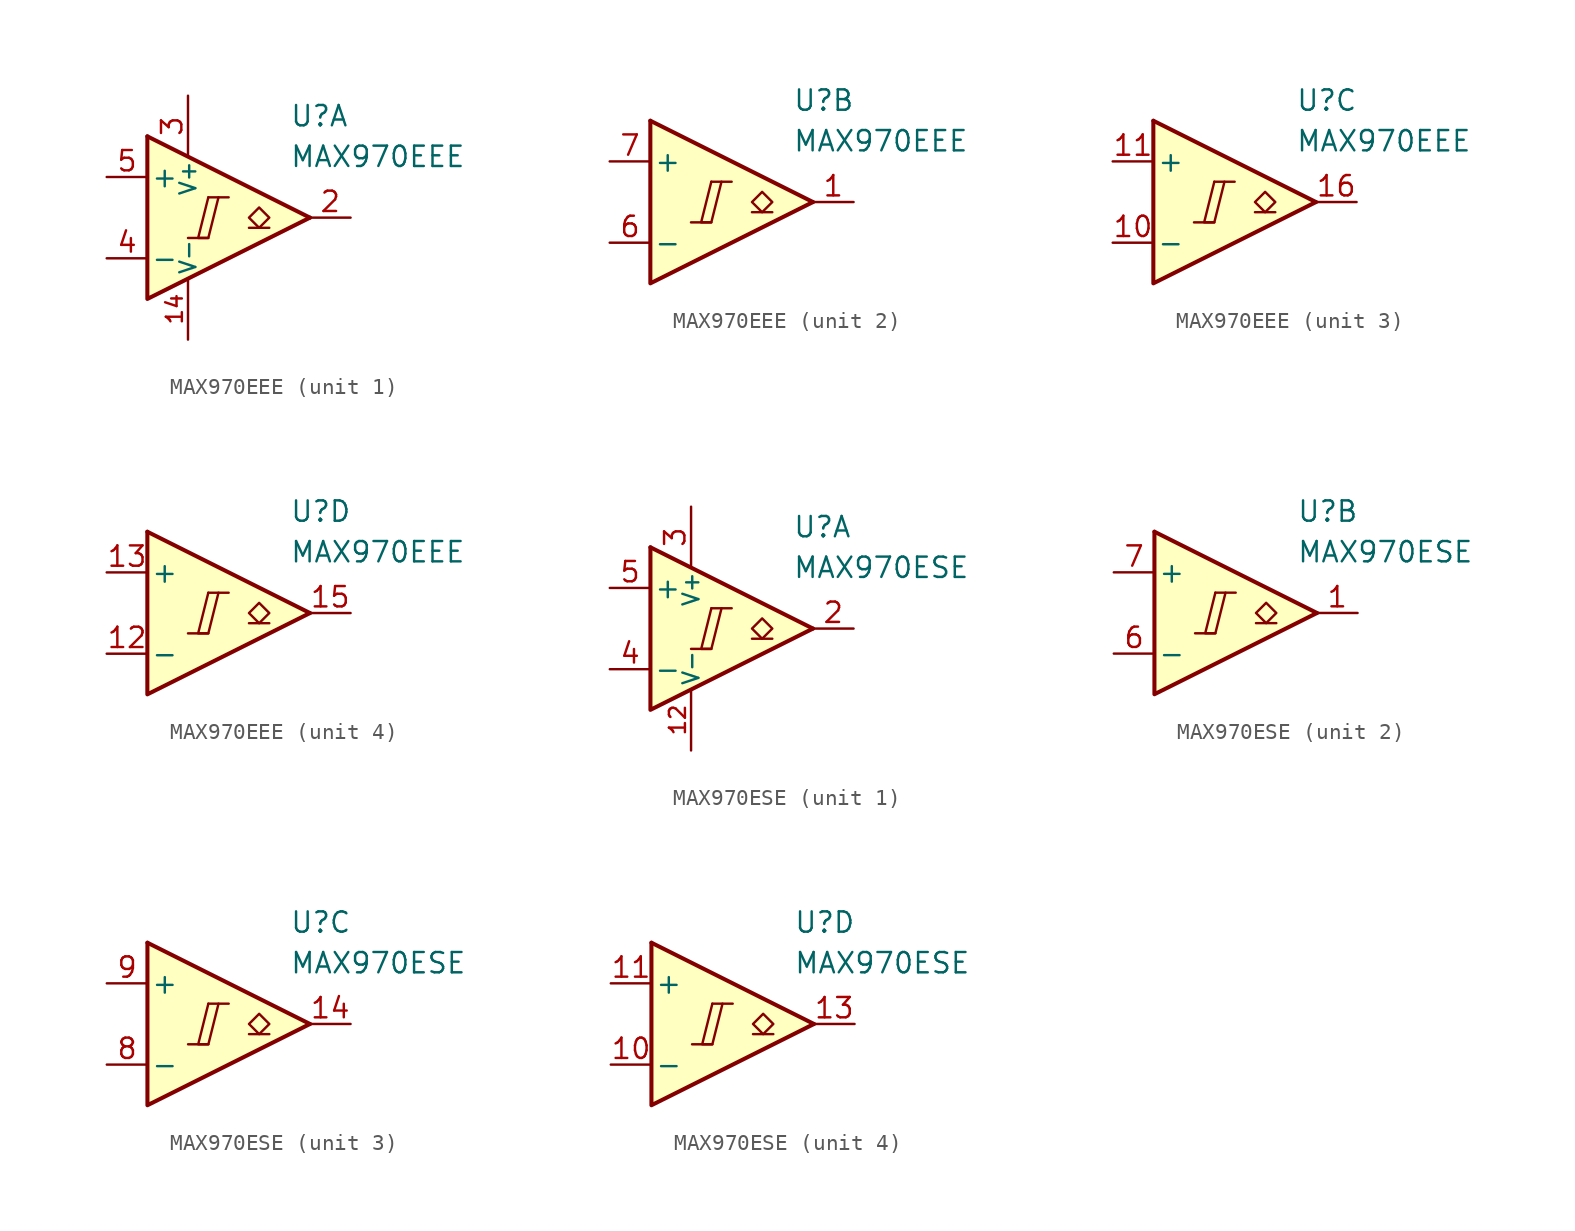
<source format=kicad_sym>
(kicad_symbol_lib
  (version 20231120)
  (generator "kicad_symbol_editor")
  (generator_version "8.0")
  (symbol "MAX970EEE"
    (pin_names
      (offset 0.2))
    (property "Reference" "U"
      (at 5.08 6.35 0)
      (effects (font (size 1.27 1.27)) (justify left)))
    (property "Value" "MAX970EEE"
      (at 5.08 3.81 0)
      (effects (font (size 1.27 1.27)) (justify left)))
    (property "ki_locked" ""
      (at 0 0 0)
      (effects (font (size 1.27 1.27))))
    (symbol "MAX970EEE_1_0"
      (polyline (pts (xy -1.27 -1.27) (xy 0 -1.27)) (stroke (width 0.152) (type default)) (fill (type none)))
      (polyline (pts (xy 0 1.27) (xy 1.27 1.27)) (stroke (width 0.152) (type default)) (fill (type none)))
      (polyline (pts (xy 0 1.27) (xy -0.635 -1.27) (xy 0 -1.27) (xy 0.635 1.27)) (stroke (width 0.152) (type default)) (fill (type none))))
    (symbol "MAX970EEE_1_1"
      (polyline (pts (xy -3.81 5.08) (xy 6.35 0)) (stroke (width 0.254) (type default)) (fill (type none)))
      (polyline (pts (xy 3.81 -0.635) (xy 2.54 -0.635)) (stroke (width 0.152) (type default)) (fill (type none)))
      (polyline (pts (xy -3.81 5.08) (xy -3.81 -5.08) (xy 6.35 0)) (stroke (width 0.254) (type default)) (fill (type background)))
      (polyline (pts (xy 3.175 -0.635) (xy 2.54 0) (xy 3.175 0.635) (xy 3.81 0) (xy 3.175 -0.635)) (stroke (width 0.152) (type default)) (fill (type none)))
      (pin power_in line (at -1.27 -7.62 90) (length 3.81) (name "V-" (effects (font (size 1 1)))) (number "14" (effects (font (size 1 1)))))
      (pin output line (at 8.89 0 180) (length 2.54) (name "~" (effects (font (size 1.27 1.27)))) (number "2" (effects (font (size 1.27 1.27)))))
      (pin power_in line (at -1.27 7.62 270) (length 3.81) (name "V+" (effects (font (size 1 1)))) (number "3" (effects (font (size 1.27 1.27)))))
      (pin input line (at -6.35 -2.54 0) (length 2.54) (name "-" (effects (font (size 1.27 1.27)))) (number "4" (effects (font (size 1.27 1.27)))))
      (pin input line (at -6.35 2.54 0) (length 2.54) (name "+" (effects (font (size 1.27 1.27)))) (number "5" (effects (font (size 1.27 1.27)))))
      (pin free line (at -2.54 1.27 0) (length 2.54) hide (name "NC" (effects (font (size 1.27 1.27)))) (number "8" (effects (font (size 1.27 1.27)))))
      (pin free line (at -2.54 -1.27 0) (length 2.54) hide (name "NC" (effects (font (size 1.27 1.27)))) (number "9" (effects (font (size 1.27 1.27))))))
    (symbol "MAX970EEE_2_0"
      (polyline (pts (xy -1.27 -1.27) (xy 0 -1.27)) (stroke (width 0.152) (type default)) (fill (type none)))
      (polyline (pts (xy 0 1.27) (xy 1.27 1.27)) (stroke (width 0.152) (type default)) (fill (type none)))
      (polyline (pts (xy 0 1.27) (xy -0.635 -1.27) (xy 0 -1.27) (xy 0.635 1.27)) (stroke (width 0.152) (type default)) (fill (type none))))
    (symbol "MAX970EEE_2_1"
      (polyline (pts (xy -3.81 5.08) (xy 6.35 0)) (stroke (width 0.254) (type default)) (fill (type none)))
      (polyline (pts (xy 3.81 -0.635) (xy 2.54 -0.635)) (stroke (width 0.152) (type default)) (fill (type none)))
      (polyline (pts (xy -3.81 5.08) (xy -3.81 -5.08) (xy 6.35 0)) (stroke (width 0.254) (type default)) (fill (type background)))
      (polyline (pts (xy 3.175 -0.635) (xy 2.54 0) (xy 3.175 0.635) (xy 3.81 0) (xy 3.175 -0.635)) (stroke (width 0.152) (type default)) (fill (type none)))
      (pin output line (at 8.89 0 180) (length 2.54) (name "~" (effects (font (size 1.27 1.27)))) (number "1" (effects (font (size 1.27 1.27)))))
      (pin input line (at -6.35 -2.54 0) (length 2.54) (name "-" (effects (font (size 1.27 1.27)))) (number "6" (effects (font (size 1.27 1.27)))))
      (pin input line (at -6.35 2.54 0) (length 2.54) (name "+" (effects (font (size 1.27 1.27)))) (number "7" (effects (font (size 1.27 1.27))))))
    (symbol "MAX970EEE_3_0"
      (polyline (pts (xy -1.27 -1.27) (xy 0 -1.27)) (stroke (width 0.152) (type default)) (fill (type none)))
      (polyline (pts (xy 0 1.27) (xy 1.27 1.27)) (stroke (width 0.152) (type default)) (fill (type none)))
      (polyline (pts (xy 0 1.27) (xy -0.635 -1.27) (xy 0 -1.27) (xy 0.635 1.27)) (stroke (width 0.152) (type default)) (fill (type none))))
    (symbol "MAX970EEE_3_1"
      (polyline (pts (xy -3.81 5.08) (xy 6.35 0)) (stroke (width 0.254) (type default)) (fill (type none)))
      (polyline (pts (xy 3.81 -0.635) (xy 2.54 -0.635)) (stroke (width 0.152) (type default)) (fill (type none)))
      (polyline (pts (xy -3.81 5.08) (xy -3.81 -5.08) (xy 6.35 0)) (stroke (width 0.254) (type default)) (fill (type background)))
      (polyline (pts (xy 3.175 -0.635) (xy 2.54 0) (xy 3.175 0.635) (xy 3.81 0) (xy 3.175 -0.635)) (stroke (width 0.152) (type default)) (fill (type none)))
      (pin input line (at -6.35 -2.54 0) (length 2.54) (name "-" (effects (font (size 1.27 1.27)))) (number "10" (effects (font (size 1.27 1.27)))))
      (pin input line (at -6.35 2.54 0) (length 2.54) (name "+" (effects (font (size 1.27 1.27)))) (number "11" (effects (font (size 1.27 1.27)))))
      (pin output line (at 8.89 0 180) (length 2.54) (name "~" (effects (font (size 1.27 1.27)))) (number "16" (effects (font (size 1.27 1.27))))))
    (symbol "MAX970EEE_4_0"
      (polyline (pts (xy -1.27 -1.27) (xy 0 -1.27)) (stroke (width 0.152) (type default)) (fill (type none)))
      (polyline (pts (xy 0 1.27) (xy 1.27 1.27)) (stroke (width 0.152) (type default)) (fill (type none)))
      (polyline (pts (xy 0 1.27) (xy -0.635 -1.27) (xy 0 -1.27) (xy 0.635 1.27)) (stroke (width 0.152) (type default)) (fill (type none))))
    (symbol "MAX970EEE_4_1"
      (polyline (pts (xy -3.81 5.08) (xy 6.35 0)) (stroke (width 0.254) (type default)) (fill (type none)))
      (polyline (pts (xy 3.81 -0.635) (xy 2.54 -0.635)) (stroke (width 0.152) (type default)) (fill (type none)))
      (polyline (pts (xy -3.81 5.08) (xy -3.81 -5.08) (xy 6.35 0)) (stroke (width 0.254) (type default)) (fill (type background)))
      (polyline (pts (xy 3.175 -0.635) (xy 2.54 0) (xy 3.175 0.635) (xy 3.81 0) (xy 3.175 -0.635)) (stroke (width 0.152) (type default)) (fill (type none)))
      (pin input line (at -6.35 -2.54 0) (length 2.54) (name "-" (effects (font (size 1.27 1.27)))) (number "12" (effects (font (size 1.27 1.27)))))
      (pin input line (at -6.35 2.54 0) (length 2.54) (name "+" (effects (font (size 1.27 1.27)))) (number "13" (effects (font (size 1.27 1.27)))))
      (pin output line (at 8.89 0 180) (length 2.54) (name "~" (effects (font (size 1.27 1.27)))) (number "15" (effects (font (size 1.27 1.27)))))))
  (symbol "MAX970ESE"
    (pin_names
      (offset 0.2))
    (property "Reference" "U"
      (at 5.08 6.35 0)
      (effects (font (size 1.27 1.27)) (justify left)))
    (property "Value" "MAX970ESE"
      (at 5.08 3.81 0)
      (effects (font (size 1.27 1.27)) (justify left)))
    (property "ki_locked" ""
      (at 0 0 0)
      (effects (font (size 1.27 1.27))))
    (symbol "MAX970ESE_1_0"
      (polyline (pts (xy -1.27 -1.27) (xy 0 -1.27)) (stroke (width 0.152) (type default)) (fill (type none)))
      (polyline (pts (xy 0 1.27) (xy 1.27 1.27)) (stroke (width 0.152) (type default)) (fill (type none)))
      (polyline (pts (xy 0 1.27) (xy -0.635 -1.27) (xy 0 -1.27) (xy 0.635 1.27)) (stroke (width 0.152) (type default)) (fill (type none))))
    (symbol "MAX970ESE_1_1"
      (polyline (pts (xy -3.81 5.08) (xy 6.35 0)) (stroke (width 0.254) (type default)) (fill (type none)))
      (polyline (pts (xy 3.81 -0.635) (xy 2.54 -0.635)) (stroke (width 0.152) (type default)) (fill (type none)))
      (polyline (pts (xy -3.81 5.08) (xy -3.81 -5.08) (xy 6.35 0)) (stroke (width 0.254) (type default)) (fill (type background)))
      (polyline (pts (xy 3.175 -0.635) (xy 2.54 0) (xy 3.175 0.635) (xy 3.81 0) (xy 3.175 -0.635)) (stroke (width 0.152) (type default)) (fill (type none)))
      (pin power_in line (at -1.27 -7.62 90) (length 3.81) (name "V-" (effects (font (size 1 1)))) (number "12" (effects (font (size 1 1)))))
      (pin output line (at 8.89 0 180) (length 2.54) (name "~" (effects (font (size 1.27 1.27)))) (number "2" (effects (font (size 1.27 1.27)))))
      (pin power_in line (at -1.27 7.62 270) (length 3.81) (name "V+" (effects (font (size 1 1)))) (number "3" (effects (font (size 1.27 1.27)))))
      (pin input line (at -6.35 -2.54 0) (length 2.54) (name "-" (effects (font (size 1.27 1.27)))) (number "4" (effects (font (size 1.27 1.27)))))
      (pin input line (at -6.35 2.54 0) (length 2.54) (name "+" (effects (font (size 1.27 1.27)))) (number "5" (effects (font (size 1.27 1.27))))))
    (symbol "MAX970ESE_2_0"
      (polyline (pts (xy -1.27 -1.27) (xy 0 -1.27)) (stroke (width 0.152) (type default)) (fill (type none)))
      (polyline (pts (xy 0 1.27) (xy 1.27 1.27)) (stroke (width 0.152) (type default)) (fill (type none)))
      (polyline (pts (xy 0 1.27) (xy -0.635 -1.27) (xy 0 -1.27) (xy 0.635 1.27)) (stroke (width 0.152) (type default)) (fill (type none))))
    (symbol "MAX970ESE_2_1"
      (polyline (pts (xy -3.81 5.08) (xy 6.35 0)) (stroke (width 0.254) (type default)) (fill (type none)))
      (polyline (pts (xy 3.81 -0.635) (xy 2.54 -0.635)) (stroke (width 0.152) (type default)) (fill (type none)))
      (polyline (pts (xy -3.81 5.08) (xy -3.81 -5.08) (xy 6.35 0)) (stroke (width 0.254) (type default)) (fill (type background)))
      (polyline (pts (xy 3.175 -0.635) (xy 2.54 0) (xy 3.175 0.635) (xy 3.81 0) (xy 3.175 -0.635)) (stroke (width 0.152) (type default)) (fill (type none)))
      (pin output line (at 8.89 0 180) (length 2.54) (name "~" (effects (font (size 1.27 1.27)))) (number "1" (effects (font (size 1.27 1.27)))))
      (pin input line (at -6.35 -2.54 0) (length 2.54) (name "-" (effects (font (size 1.27 1.27)))) (number "6" (effects (font (size 1.27 1.27)))))
      (pin input line (at -6.35 2.54 0) (length 2.54) (name "+" (effects (font (size 1.27 1.27)))) (number "7" (effects (font (size 1.27 1.27))))))
    (symbol "MAX970ESE_3_0"
      (polyline (pts (xy -1.27 -1.27) (xy 0 -1.27)) (stroke (width 0.152) (type default)) (fill (type none)))
      (polyline (pts (xy 0 1.27) (xy 1.27 1.27)) (stroke (width 0.152) (type default)) (fill (type none)))
      (polyline (pts (xy 0 1.27) (xy -0.635 -1.27) (xy 0 -1.27) (xy 0.635 1.27)) (stroke (width 0.152) (type default)) (fill (type none))))
    (symbol "MAX970ESE_3_1"
      (polyline (pts (xy -3.81 5.08) (xy 6.35 0)) (stroke (width 0.254) (type default)) (fill (type none)))
      (polyline (pts (xy 3.81 -0.635) (xy 2.54 -0.635)) (stroke (width 0.152) (type default)) (fill (type none)))
      (polyline (pts (xy -3.81 5.08) (xy -3.81 -5.08) (xy 6.35 0)) (stroke (width 0.254) (type default)) (fill (type background)))
      (polyline (pts (xy 3.175 -0.635) (xy 2.54 0) (xy 3.175 0.635) (xy 3.81 0) (xy 3.175 -0.635)) (stroke (width 0.152) (type default)) (fill (type none)))
      (pin output line (at 8.89 0 180) (length 2.54) (name "~" (effects (font (size 1.27 1.27)))) (number "14" (effects (font (size 1.27 1.27)))))
      (pin input line (at -6.35 -2.54 0) (length 2.54) (name "-" (effects (font (size 1.27 1.27)))) (number "8" (effects (font (size 1.27 1.27)))))
      (pin input line (at -6.35 2.54 0) (length 2.54) (name "+" (effects (font (size 1.27 1.27)))) (number "9" (effects (font (size 1.27 1.27))))))
    (symbol "MAX970ESE_4_0"
      (polyline (pts (xy -1.27 -1.27) (xy 0 -1.27)) (stroke (width 0.152) (type default)) (fill (type none)))
      (polyline (pts (xy 0 1.27) (xy 1.27 1.27)) (stroke (width 0.152) (type default)) (fill (type none)))
      (polyline (pts (xy 0 1.27) (xy -0.635 -1.27) (xy 0 -1.27) (xy 0.635 1.27)) (stroke (width 0.152) (type default)) (fill (type none))))
    (symbol "MAX970ESE_4_1"
      (polyline (pts (xy -3.81 5.08) (xy 6.35 0)) (stroke (width 0.254) (type default)) (fill (type none)))
      (polyline (pts (xy 3.81 -0.635) (xy 2.54 -0.635)) (stroke (width 0.152) (type default)) (fill (type none)))
      (polyline (pts (xy -3.81 5.08) (xy -3.81 -5.08) (xy 6.35 0)) (stroke (width 0.254) (type default)) (fill (type background)))
      (polyline (pts (xy 3.175 -0.635) (xy 2.54 0) (xy 3.175 0.635) (xy 3.81 0) (xy 3.175 -0.635)) (stroke (width 0.152) (type default)) (fill (type none)))
      (pin input line (at -6.35 -2.54 0) (length 2.54) (name "-" (effects (font (size 1.27 1.27)))) (number "10" (effects (font (size 1.27 1.27)))))
      (pin input line (at -6.35 2.54 0) (length 2.54) (name "+" (effects (font (size 1.27 1.27)))) (number "11" (effects (font (size 1.27 1.27)))))
      (pin output line (at 8.89 0 180) (length 2.54) (name "~" (effects (font (size 1.27 1.27)))) (number "13" (effects (font (size 1.27 1.27))))))))
</source>
